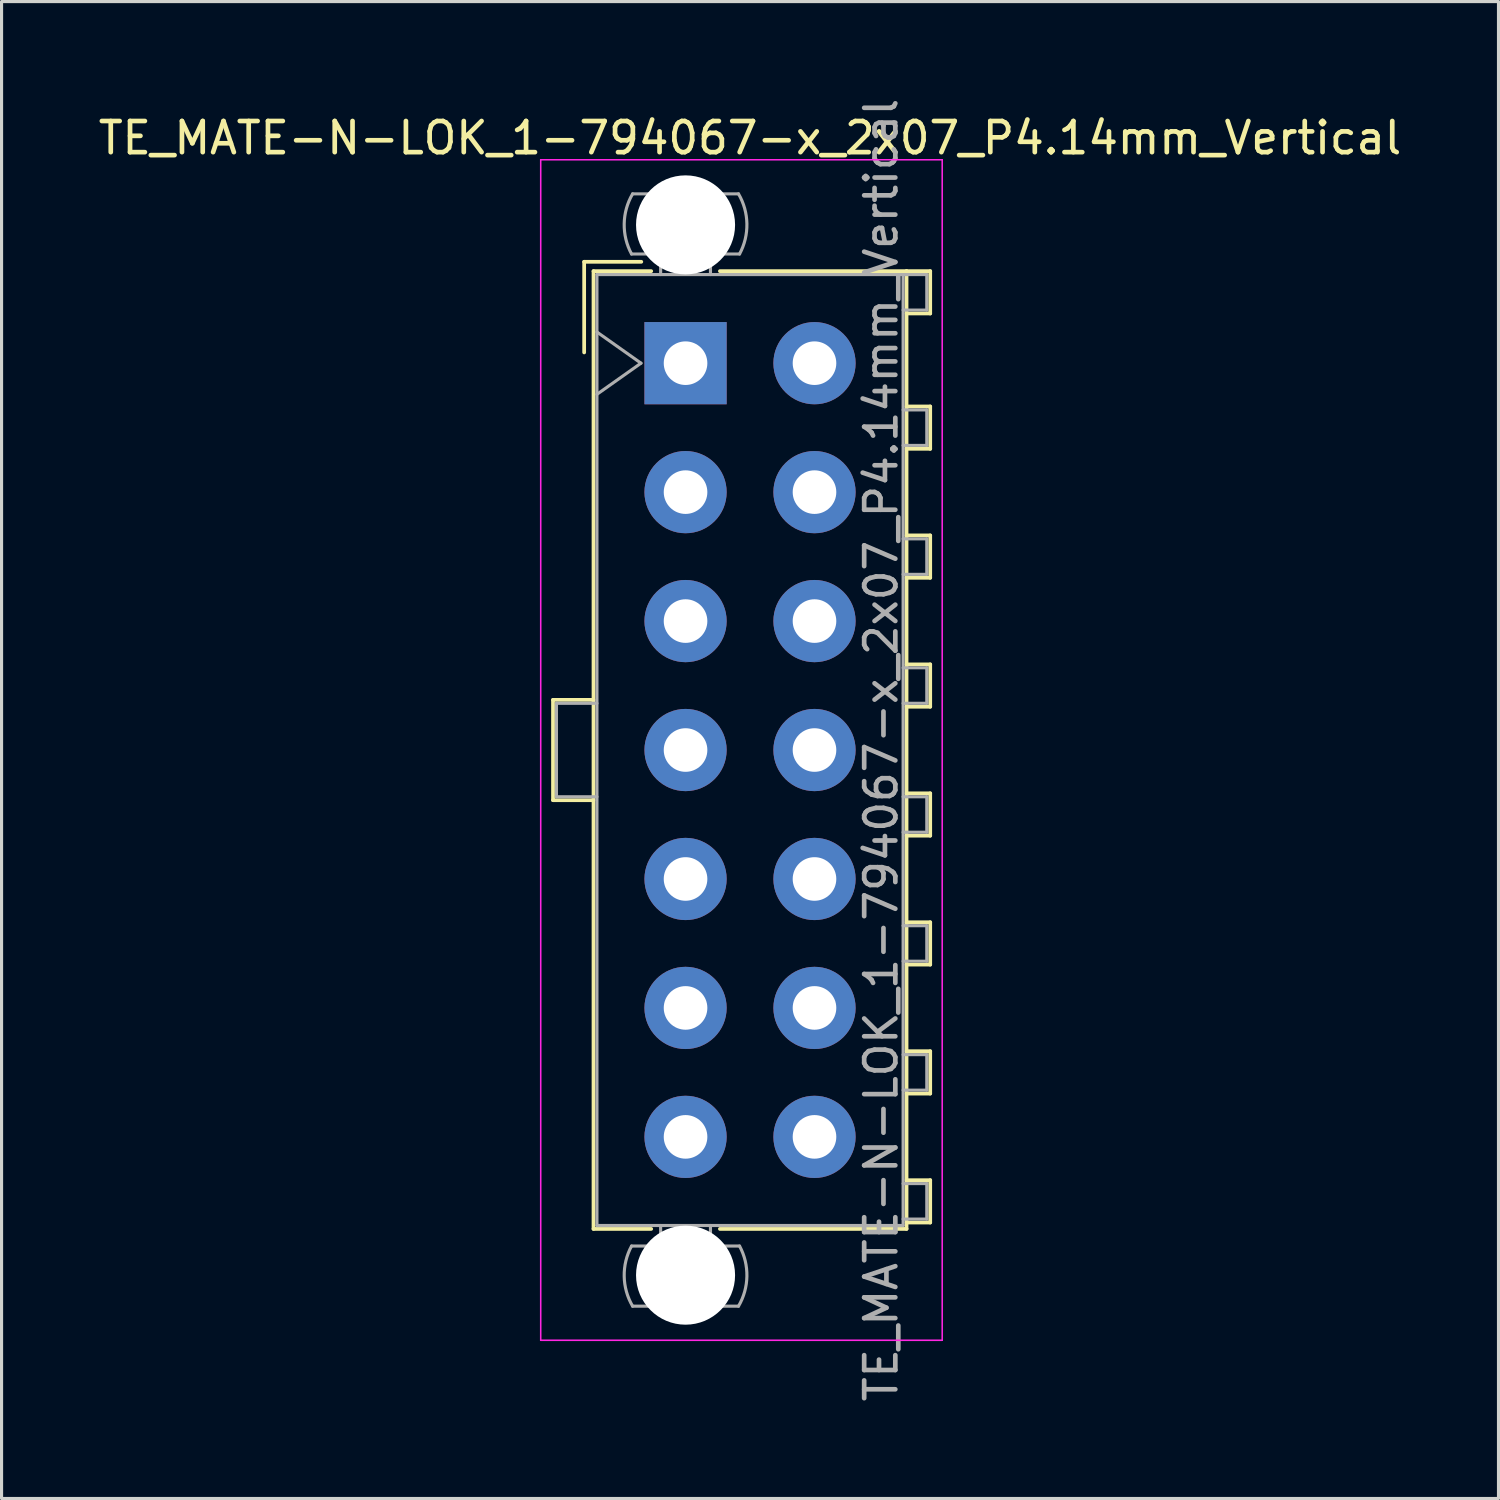
<source format=kicad_pcb>
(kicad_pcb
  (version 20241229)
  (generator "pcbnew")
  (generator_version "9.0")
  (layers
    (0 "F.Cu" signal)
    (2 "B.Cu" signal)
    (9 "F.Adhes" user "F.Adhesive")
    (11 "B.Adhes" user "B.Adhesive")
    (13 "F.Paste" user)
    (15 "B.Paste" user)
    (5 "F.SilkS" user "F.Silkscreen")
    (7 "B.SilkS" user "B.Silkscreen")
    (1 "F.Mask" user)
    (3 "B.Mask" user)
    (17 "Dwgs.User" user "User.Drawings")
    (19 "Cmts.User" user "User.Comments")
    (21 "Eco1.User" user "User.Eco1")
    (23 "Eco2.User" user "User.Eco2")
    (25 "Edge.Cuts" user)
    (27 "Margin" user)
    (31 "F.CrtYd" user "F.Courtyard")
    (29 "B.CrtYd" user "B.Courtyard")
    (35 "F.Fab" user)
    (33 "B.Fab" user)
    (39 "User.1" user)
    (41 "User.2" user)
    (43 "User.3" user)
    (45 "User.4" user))
  (footprint "TE_MATE-N-LOK_1-794067-x_2x07_P4.14mm_Vertical"
    (layer "F.Cu")
    (at 18.96 8.61)
    (property "Reference" "TE_MATE-N-LOK_1-794067-x_2x07_P4.14mm_Vertical" (at 2.07 -7.23 0) (layer "F.SilkS") (effects (font (size 1 1) (thickness 0.15))))
    (attr through_hole)
    (fp_line (start -4.255 10.81) (end -4.255 14.03) (stroke (width 0.12) (type solid)) (layer "F.SilkS"))
    (fp_line (start -4.255 14.03) (end -2.955 14.03) (stroke (width 0.12) (type solid)) (layer "F.SilkS"))
    (fp_line (start -3.255 -3.255) (end -3.255 -0.345) (stroke (width 0.12) (type solid)) (layer "F.SilkS"))
    (fp_line (start -2.955 -2.955) (end -2.955 27.795) (stroke (width 0.12) (type solid)) (layer "F.SilkS"))
    (fp_line (start -2.955 10.81) (end -4.255 10.81) (stroke (width 0.12) (type solid)) (layer "F.SilkS"))
    (fp_line (start -2.955 27.795) (end -1.103 27.795) (stroke (width 0.12) (type solid)) (layer "F.SilkS"))
    (fp_line (start -1.421 -3.255) (end -3.255 -3.255) (stroke (width 0.12) (type solid)) (layer "F.SilkS"))
    (fp_line (start -1.103 -2.955) (end -2.955 -2.955) (stroke (width 0.12) (type solid)) (layer "F.SilkS"))
    (fp_line (start 1.103 -2.955) (end 7.095 -2.955) (stroke (width 0.12) (type solid)) (layer "F.SilkS"))
    (fp_line (start 7.095 -2.955) (end 7.095 27.795) (stroke (width 0.12) (type solid)) (layer "F.SilkS"))
    (fp_line (start 7.095 -2.955) (end 7.855 -2.955) (stroke (width 0.12) (type solid)) (layer "F.SilkS"))
    (fp_line (start 7.095 1.39) (end 7.855 1.39) (stroke (width 0.12) (type solid)) (layer "F.SilkS"))
    (fp_line (start 7.095 5.53) (end 7.855 5.53) (stroke (width 0.12) (type solid)) (layer "F.SilkS"))
    (fp_line (start 7.095 9.67) (end 7.855 9.67) (stroke (width 0.12) (type solid)) (layer "F.SilkS"))
    (fp_line (start 7.095 13.81) (end 7.855 13.81) (stroke (width 0.12) (type solid)) (layer "F.SilkS"))
    (fp_line (start 7.095 17.95) (end 7.855 17.95) (stroke (width 0.12) (type solid)) (layer "F.SilkS"))
    (fp_line (start 7.095 22.09) (end 7.855 22.09) (stroke (width 0.12) (type solid)) (layer "F.SilkS"))
    (fp_line (start 7.095 26.23) (end 7.855 26.23) (stroke (width 0.12) (type solid)) (layer "F.SilkS"))
    (fp_line (start 7.095 27.795) (end 1.103 27.795) (stroke (width 0.12) (type solid)) (layer "F.SilkS"))
    (fp_line (start 7.855 -2.955) (end 7.855 -1.595) (stroke (width 0.12) (type solid)) (layer "F.SilkS"))
    (fp_line (start 7.855 -1.595) (end 7.095 -1.595) (stroke (width 0.12) (type solid)) (layer "F.SilkS"))
    (fp_line (start 7.855 1.39) (end 7.855 2.75) (stroke (width 0.12) (type solid)) (layer "F.SilkS"))
    (fp_line (start 7.855 2.75) (end 7.095 2.75) (stroke (width 0.12) (type solid)) (layer "F.SilkS"))
    (fp_line (start 7.855 5.53) (end 7.855 6.89) (stroke (width 0.12) (type solid)) (layer "F.SilkS"))
    (fp_line (start 7.855 6.89) (end 7.095 6.89) (stroke (width 0.12) (type solid)) (layer "F.SilkS"))
    (fp_line (start 7.855 9.67) (end 7.855 11.03) (stroke (width 0.12) (type solid)) (layer "F.SilkS"))
    (fp_line (start 7.855 11.03) (end 7.095 11.03) (stroke (width 0.12) (type solid)) (layer "F.SilkS"))
    (fp_line (start 7.855 13.81) (end 7.855 15.17) (stroke (width 0.12) (type solid)) (layer "F.SilkS"))
    (fp_line (start 7.855 15.17) (end 7.095 15.17) (stroke (width 0.12) (type solid)) (layer "F.SilkS"))
    (fp_line (start 7.855 17.95) (end 7.855 19.31) (stroke (width 0.12) (type solid)) (layer "F.SilkS"))
    (fp_line (start 7.855 19.31) (end 7.095 19.31) (stroke (width 0.12) (type solid)) (layer "F.SilkS"))
    (fp_line (start 7.855 22.09) (end 7.855 23.45) (stroke (width 0.12) (type solid)) (layer "F.SilkS"))
    (fp_line (start 7.855 23.45) (end 7.095 23.45) (stroke (width 0.12) (type solid)) (layer "F.SilkS"))
    (fp_line (start 7.855 26.23) (end 7.855 27.59) (stroke (width 0.12) (type solid)) (layer "F.SilkS"))
    (fp_line (start 7.855 27.59) (end 7.095 27.59) (stroke (width 0.12) (type solid)) (layer "F.SilkS"))
    (fp_line (start -4.65 -6.53) (end -4.65 31.37) (stroke (width 0.05) (type solid)) (layer "F.CrtYd"))
    (fp_line (start -4.65 31.37) (end 8.24 31.37) (stroke (width 0.05) (type solid)) (layer "F.CrtYd"))
    (fp_line (start 8.24 -6.53) (end -4.65 -6.53) (stroke (width 0.05) (type solid)) (layer "F.CrtYd"))
    (fp_line (start 8.24 31.37) (end 8.24 -6.53) (stroke (width 0.05) (type solid)) (layer "F.CrtYd"))
    (fp_line (start -4.145 10.92) (end -4.145 13.92) (stroke (width 0.1) (type solid)) (layer "F.Fab"))
    (fp_line (start -4.145 13.92) (end -2.845 13.92) (stroke (width 0.1) (type solid)) (layer "F.Fab"))
    (fp_line (start -2.845 -2.845) (end -2.845 27.685) (stroke (width 0.1) (type solid)) (layer "F.Fab"))
    (fp_line (start -2.845 -1) (end -1.431 0) (stroke (width 0.1) (type solid)) (layer "F.Fab"))
    (fp_line (start -2.845 10.92) (end -4.145 10.92) (stroke (width 0.1) (type solid)) (layer "F.Fab"))
    (fp_line (start -2.845 27.685) (end 6.985 27.685) (stroke (width 0.1) (type solid)) (layer "F.Fab"))
    (fp_line (start -1.431 0) (end -2.845 1) (stroke (width 0.1) (type solid)) (layer "F.Fab"))
    (fp_line (start -0.8 -2.845) (end -0.8 -3.505) (stroke (width 0.1) (type solid)) (layer "F.Fab"))
    (fp_line (start -0.8 27.685) (end -0.8 28.345) (stroke (width 0.1) (type solid)) (layer "F.Fab"))
    (fp_line (start 0.8 -2.845) (end 0.8 -3.505) (stroke (width 0.1) (type solid)) (layer "F.Fab"))
    (fp_line (start 0.8 27.685) (end 0.8 28.345) (stroke (width 0.1) (type solid)) (layer "F.Fab"))
    (fp_line (start 1.7 -5.436) (end -1.7 -5.436) (stroke (width 0.1) (type solid)) (layer "F.Fab"))
    (fp_line (start 1.7 30.276) (end -1.7 30.276) (stroke (width 0.1) (type solid)) (layer "F.Fab"))
    (fp_line (start 1.734 -3.505) (end -1.734 -3.505) (stroke (width 0.1) (type solid)) (layer "F.Fab"))
    (fp_line (start 1.734 28.345) (end -1.734 28.345) (stroke (width 0.1) (type solid)) (layer "F.Fab"))
    (fp_line (start 6.985 -2.845) (end -2.845 -2.845) (stroke (width 0.1) (type solid)) (layer "F.Fab"))
    (fp_line (start 6.985 -2.845) (end 7.745 -2.845) (stroke (width 0.1) (type solid)) (layer "F.Fab"))
    (fp_line (start 6.985 1.5) (end 7.745 1.5) (stroke (width 0.1) (type solid)) (layer "F.Fab"))
    (fp_line (start 6.985 5.64) (end 7.745 5.64) (stroke (width 0.1) (type solid)) (layer "F.Fab"))
    (fp_line (start 6.985 9.78) (end 7.745 9.78) (stroke (width 0.1) (type solid)) (layer "F.Fab"))
    (fp_line (start 6.985 13.92) (end 7.745 13.92) (stroke (width 0.1) (type solid)) (layer "F.Fab"))
    (fp_line (start 6.985 18.06) (end 7.745 18.06) (stroke (width 0.1) (type solid)) (layer "F.Fab"))
    (fp_line (start 6.985 22.2) (end 7.745 22.2) (stroke (width 0.1) (type solid)) (layer "F.Fab"))
    (fp_line (start 6.985 26.34) (end 7.745 26.34) (stroke (width 0.1) (type solid)) (layer "F.Fab"))
    (fp_line (start 6.985 27.685) (end 6.985 -2.845) (stroke (width 0.1) (type solid)) (layer "F.Fab"))
    (fp_line (start 7.745 -2.845) (end 7.745 -1.705) (stroke (width 0.1) (type solid)) (layer "F.Fab"))
    (fp_line (start 7.745 -1.705) (end 6.985 -1.705) (stroke (width 0.1) (type solid)) (layer "F.Fab"))
    (fp_line (start 7.745 1.5) (end 7.745 2.64) (stroke (width 0.1) (type solid)) (layer "F.Fab"))
    (fp_line (start 7.745 2.64) (end 6.985 2.64) (stroke (width 0.1) (type solid)) (layer "F.Fab"))
    (fp_line (start 7.745 5.64) (end 7.745 6.78) (stroke (width 0.1) (type solid)) (layer "F.Fab"))
    (fp_line (start 7.745 6.78) (end 6.985 6.78) (stroke (width 0.1) (type solid)) (layer "F.Fab"))
    (fp_line (start 7.745 9.78) (end 7.745 10.92) (stroke (width 0.1) (type solid)) (layer "F.Fab"))
    (fp_line (start 7.745 10.92) (end 6.985 10.92) (stroke (width 0.1) (type solid)) (layer "F.Fab"))
    (fp_line (start 7.745 13.92) (end 7.745 15.06) (stroke (width 0.1) (type solid)) (layer "F.Fab"))
    (fp_line (start 7.745 15.06) (end 6.985 15.06) (stroke (width 0.1) (type solid)) (layer "F.Fab"))
    (fp_line (start 7.745 18.06) (end 7.745 19.2) (stroke (width 0.1) (type solid)) (layer "F.Fab"))
    (fp_line (start 7.745 19.2) (end 6.985 19.2) (stroke (width 0.1) (type solid)) (layer "F.Fab"))
    (fp_line (start 7.745 22.2) (end 7.745 23.34) (stroke (width 0.1) (type solid)) (layer "F.Fab"))
    (fp_line (start 7.745 23.34) (end 6.985 23.34) (stroke (width 0.1) (type solid)) (layer "F.Fab"))
    (fp_line (start 7.745 26.34) (end 7.745 27.48) (stroke (width 0.1) (type solid)) (layer "F.Fab"))
    (fp_line (start 7.745 27.48) (end 6.985 27.48) (stroke (width 0.1) (type solid)) (layer "F.Fab"))
    (fp_arc (start -1.733977 -3.505) (mid -1.96969 -4.474992) (end -1.699672 -5.436) (stroke (width 0.1) (type solid)) (layer "F.Fab"))
    (fp_arc (start -1.699672 30.276) (mid -1.969689 29.314992) (end -1.733977 28.345) (stroke (width 0.1) (type solid)) (layer "F.Fab"))
    (fp_arc (start 1.699672 -5.436) (mid 1.969689 -4.474992) (end 1.733977 -3.505) (stroke (width 0.1) (type solid)) (layer "F.Fab"))
    (fp_arc (start 1.733977 28.345) (mid 1.96969 29.314992) (end 1.699672 30.276) (stroke (width 0.1) (type solid)) (layer "F.Fab"))
    (fp_text user "${REFERENCE}" (at 6.28 12.42 90) (layer "F.Fab") (effects (font (size 1 1) (thickness 0.15))))
    (pad "" np_thru_hole circle (at 0 -4.44) (size 3.18 3.18) (drill 3.18) (layers "*.Cu" "*.Mask"))
    (pad "" np_thru_hole circle (at 0 29.28) (size 3.18 3.18) (drill 3.18) (layers "*.Cu" "*.Mask"))
    (pad "1" thru_hole rect (at 0 0) (size 2.64 2.64) (drill 1.4) (layers "*.Cu" "*.Mask"))
    (pad "2" thru_hole circle (at 0 4.14) (size 2.64 2.64) (drill 1.4) (layers "*.Cu" "*.Mask"))
    (pad "3" thru_hole circle (at 0 8.28) (size 2.64 2.64) (drill 1.4) (layers "*.Cu" "*.Mask"))
    (pad "4" thru_hole circle (at 0 12.42) (size 2.64 2.64) (drill 1.4) (layers "*.Cu" "*.Mask"))
    (pad "5" thru_hole circle (at 0 16.56) (size 2.64 2.64) (drill 1.4) (layers "*.Cu" "*.Mask"))
    (pad "6" thru_hole circle (at 0 20.7) (size 2.64 2.64) (drill 1.4) (layers "*.Cu" "*.Mask"))
    (pad "7" thru_hole circle (at 0 24.84) (size 2.64 2.64) (drill 1.4) (layers "*.Cu" "*.Mask"))
    (pad "8" thru_hole circle (at 4.14 0) (size 2.64 2.64) (drill 1.4) (layers "*.Cu" "*.Mask"))
    (pad "9" thru_hole circle (at 4.14 4.14) (size 2.64 2.64) (drill 1.4) (layers "*.Cu" "*.Mask"))
    (pad "10" thru_hole circle (at 4.14 8.28) (size 2.64 2.64) (drill 1.4) (layers "*.Cu" "*.Mask"))
    (pad "11" thru_hole circle (at 4.14 12.42) (size 2.64 2.64) (drill 1.4) (layers "*.Cu" "*.Mask"))
    (pad "12" thru_hole circle (at 4.14 16.56) (size 2.64 2.64) (drill 1.4) (layers "*.Cu" "*.Mask"))
    (pad "13" thru_hole circle (at 4.14 20.7) (size 2.64 2.64) (drill 1.4) (layers "*.Cu" "*.Mask"))
    (pad "14" thru_hole circle (at 4.14 24.84) (size 2.64 2.64) (drill 1.4) (layers "*.Cu" "*.Mask")))
  (gr_rect
    (start -3 -3)
    (end 45.06 45.06)
    (stroke (width 0.1) (type default))
    (fill no)
    (layer "Edge.Cuts")))
</source>
